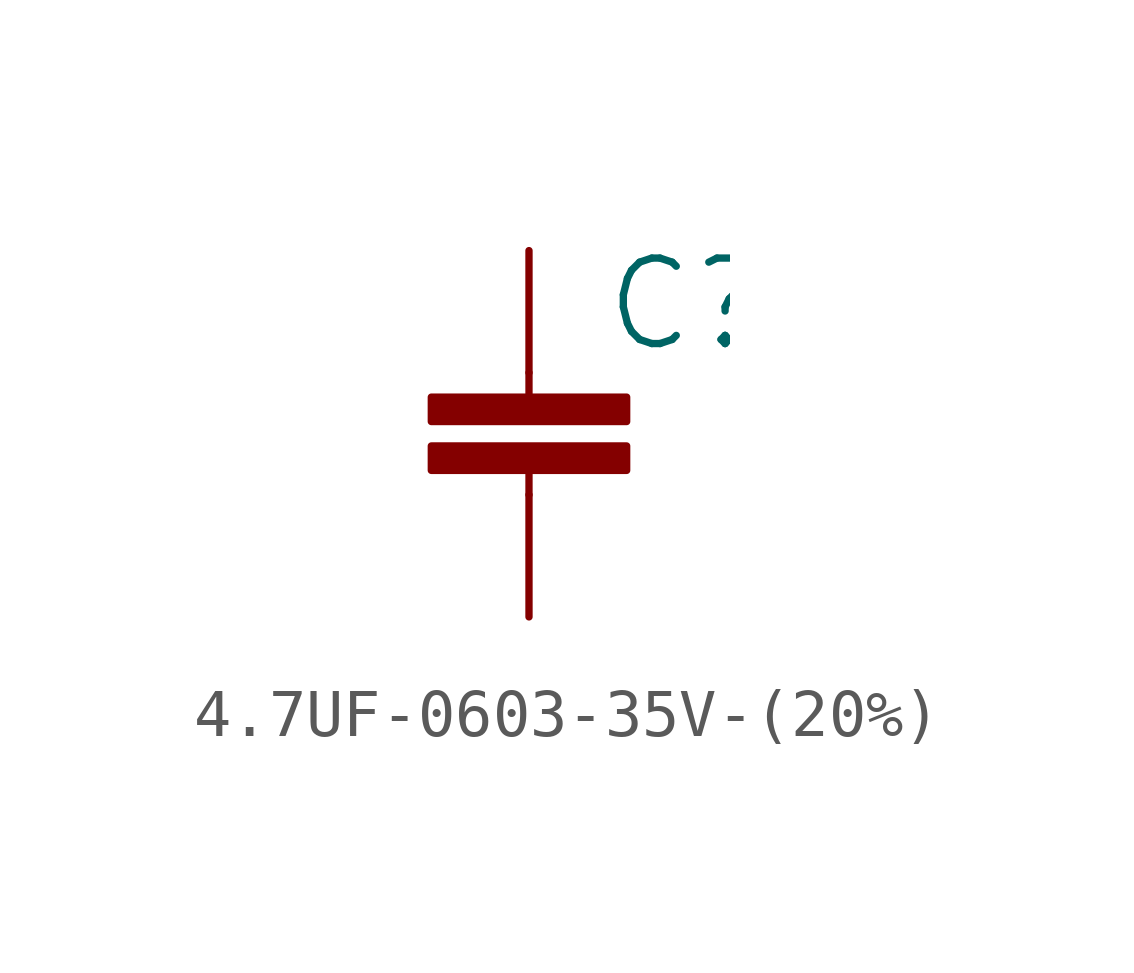
<source format=kicad_sym>
(kicad_symbol_lib
  (version 20241209)
  (generator "kicad_symbol_editor")
  (generator_version "9.0")
  (symbol "4.7UF-0603-35V-(20%)"
    (property "Reference" "C"
      (at 1.524 2.921 0)
      (effects (font (size 1.778 1.778)) (justify left bottom)))
    (property "Value" ""
      (at 1.524 -2.159 0)
      (effects (font (size 1.778 1.778)) (justify left bottom)))
    (property "ki_locked" ""
      (at 0 0 0)
      (effects (font (size 1.27 1.27))))
    (symbol "4.7UF-0603-35V-(20%)_1_0"
      (rectangle (start -2.032 1.524) (end 2.032 2.032) (stroke (width 0) (type default)) (fill (type outline)))
      (rectangle (start -2.032 0.508) (end 2.032 1.016) (stroke (width 0) (type default)) (fill (type outline)))
      (polyline (pts (xy 0 2.54) (xy 0 2.032)) (stroke (width 0.152) (type solid)) (fill (type none)))
      (polyline (pts (xy 0 0) (xy 0 0.508)) (stroke (width 0.152) (type solid)) (fill (type none)))
      (pin passive line (at 0 5.08 270) (length 2.54) (name "1" (effects (font (size 0 0)))) (number "1" (effects (font (size 0 0)))))
      (pin passive line (at 0 -2.54 90) (length 2.54) (name "2" (effects (font (size 0 0)))) (number "2" (effects (font (size 0 0))))))))
</source>
